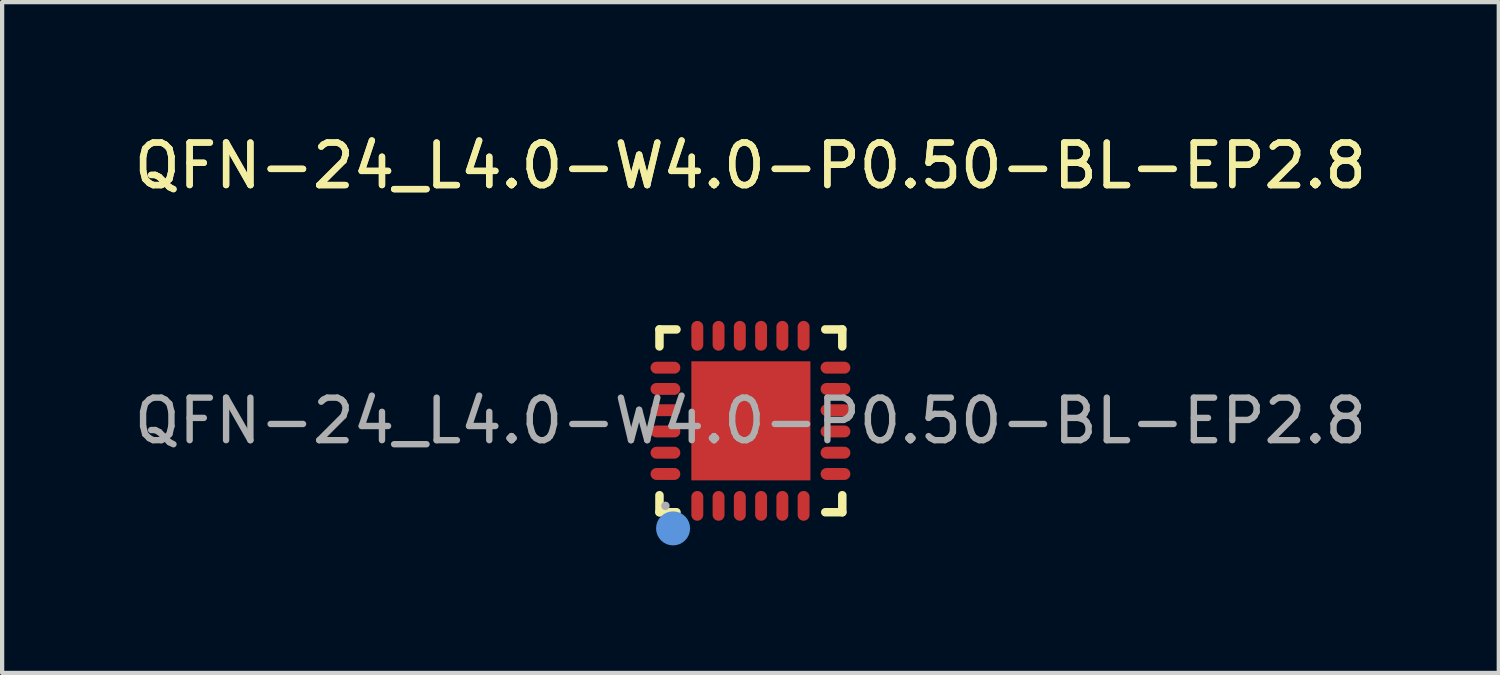
<source format=kicad_pcb>
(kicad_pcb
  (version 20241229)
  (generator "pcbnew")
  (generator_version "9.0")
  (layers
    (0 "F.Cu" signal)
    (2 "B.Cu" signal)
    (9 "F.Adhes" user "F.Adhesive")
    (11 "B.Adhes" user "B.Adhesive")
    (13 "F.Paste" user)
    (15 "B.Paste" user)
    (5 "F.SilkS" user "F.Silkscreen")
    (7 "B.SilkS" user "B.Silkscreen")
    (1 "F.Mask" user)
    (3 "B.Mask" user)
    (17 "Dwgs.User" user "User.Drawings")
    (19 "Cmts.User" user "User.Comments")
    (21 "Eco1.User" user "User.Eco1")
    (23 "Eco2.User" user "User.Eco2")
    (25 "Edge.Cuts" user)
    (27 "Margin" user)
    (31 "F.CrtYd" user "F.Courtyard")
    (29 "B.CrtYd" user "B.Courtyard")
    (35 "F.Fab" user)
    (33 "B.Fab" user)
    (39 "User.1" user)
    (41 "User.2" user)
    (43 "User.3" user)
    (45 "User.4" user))
  (footprint "QFN-24_L4.0-W4.0-P0.50-BL-EP2.8"
    (layer "F.Cu")
    (at 14.601 6.848)
    (property "Reference" "QFN-24_L4.0-W4.0-P0.50-BL-EP2.8" (at 0 -6 0) (layer "F.SilkS") (effects (font (size 1 1) (thickness 0.15))))
    (attr smd)
    (fp_line (start -2.14 -2.15) (end -1.74 -2.15) (stroke (width 0.2) (type solid)) (layer "F.SilkS"))
    (fp_line (start -2.14 -1.75) (end -2.14 -2.15) (stroke (width 0.2) (type solid)) (layer "F.SilkS"))
    (fp_line (start -2.14 2.15) (end -2.14 1.75) (stroke (width 0.2) (type solid)) (layer "F.SilkS"))
    (fp_line (start -1.74 2.15) (end -2.14 2.15) (stroke (width 0.2) (type solid)) (layer "F.SilkS"))
    (fp_line (start 2.16 -2.15) (end 1.76 -2.15) (stroke (width 0.2) (type solid)) (layer "F.SilkS"))
    (fp_line (start 2.16 -1.75) (end 2.16 -2.15) (stroke (width 0.2) (type solid)) (layer "F.SilkS"))
    (fp_line (start 2.16 1.75) (end 2.16 2.15) (stroke (width 0.2) (type solid)) (layer "F.SilkS"))
    (fp_line (start 2.16 2.15) (end 1.76 2.15) (stroke (width 0.2) (type solid)) (layer "F.SilkS"))
    (fp_circle (center -1.82 2.53) (end -1.62 2.53) (stroke (width 0.4) (type solid)) (fill no) (layer "Cmts.User"))
    (fp_circle (center -2 2) (end -1.95 2) (stroke (width 0.1) (type solid)) (fill no) (layer "F.Fab"))
    (fp_text user "${REFERENCE}" (at 0 -6 0) (layer "F.SilkS") (effects (font (size 1 1) (thickness 0.15))))
    (fp_text user "${REFERENCE}" (at 0 0 0) (layer "F.Fab") (effects (font (size 1 1) (thickness 0.15))))
    (pad "1" smd oval (at -1.25 2 180) (size 0.28 0.7) (layers "F.Cu" "F.Mask" "F.Paste"))
    (pad "2" smd oval (at -0.75 2 180) (size 0.28 0.7) (layers "F.Cu" "F.Mask" "F.Paste"))
    (pad "3" smd oval (at -0.25 2 180) (size 0.28 0.7) (layers "F.Cu" "F.Mask" "F.Paste"))
    (pad "4" smd oval (at 0.25 2 180) (size 0.28 0.7) (layers "F.Cu" "F.Mask" "F.Paste"))
    (pad "5" smd oval (at 0.75 2 180) (size 0.28 0.7) (layers "F.Cu" "F.Mask" "F.Paste"))
    (pad "6" smd oval (at 1.25 2 180) (size 0.28 0.7) (layers "F.Cu" "F.Mask" "F.Paste"))
    (pad "7" smd oval (at 2 1.25 90) (size 0.28 0.7) (layers "F.Cu" "F.Mask" "F.Paste"))
    (pad "8" smd oval (at 2 0.75 90) (size 0.28 0.7) (layers "F.Cu" "F.Mask" "F.Paste"))
    (pad "9" smd oval (at 2 0.25 90) (size 0.28 0.7) (layers "F.Cu" "F.Mask" "F.Paste"))
    (pad "10" smd oval (at 2 -0.25 90) (size 0.28 0.7) (layers "F.Cu" "F.Mask" "F.Paste"))
    (pad "11" smd oval (at 2 -0.75 90) (size 0.28 0.7) (layers "F.Cu" "F.Mask" "F.Paste"))
    (pad "12" smd oval (at 2 -1.25 90) (size 0.28 0.7) (layers "F.Cu" "F.Mask" "F.Paste"))
    (pad "13" smd oval (at 1.25 -2 180) (size 0.28 0.7) (layers "F.Cu" "F.Mask" "F.Paste"))
    (pad "14" smd oval (at 0.75 -2 180) (size 0.28 0.7) (layers "F.Cu" "F.Mask" "F.Paste"))
    (pad "15" smd oval (at 0.25 -2 180) (size 0.28 0.7) (layers "F.Cu" "F.Mask" "F.Paste"))
    (pad "16" smd oval (at -0.25 -2 180) (size 0.28 0.7) (layers "F.Cu" "F.Mask" "F.Paste"))
    (pad "17" smd oval (at -0.75 -2 180) (size 0.28 0.7) (layers "F.Cu" "F.Mask" "F.Paste"))
    (pad "18" smd oval (at -1.25 -2 180) (size 0.28 0.7) (layers "F.Cu" "F.Mask" "F.Paste"))
    (pad "19" smd oval (at -2 -1.25 90) (size 0.28 0.7) (layers "F.Cu" "F.Mask" "F.Paste"))
    (pad "20" smd oval (at -2 -0.75 90) (size 0.28 0.7) (layers "F.Cu" "F.Mask" "F.Paste"))
    (pad "21" smd oval (at -2 -0.25 90) (size 0.28 0.7) (layers "F.Cu" "F.Mask" "F.Paste"))
    (pad "22" smd oval (at -2 0.25 90) (size 0.28 0.7) (layers "F.Cu" "F.Mask" "F.Paste"))
    (pad "23" smd oval (at -2 0.75 90) (size 0.28 0.7) (layers "F.Cu" "F.Mask" "F.Paste"))
    (pad "24" smd oval (at -2 1.25 90) (size 0.28 0.7) (layers "F.Cu" "F.Mask" "F.Paste"))
    (pad "25" smd rect (at 0.01 0 90) (size 2.8 2.8) (layers "F.Cu" "F.Mask" "F.Paste")))
  (gr_rect
    (start -3 -3)
    (end 32.202 12.778)
    (stroke (width 0.1) (type default))
    (fill no)
    (layer "Edge.Cuts")))
</source>
